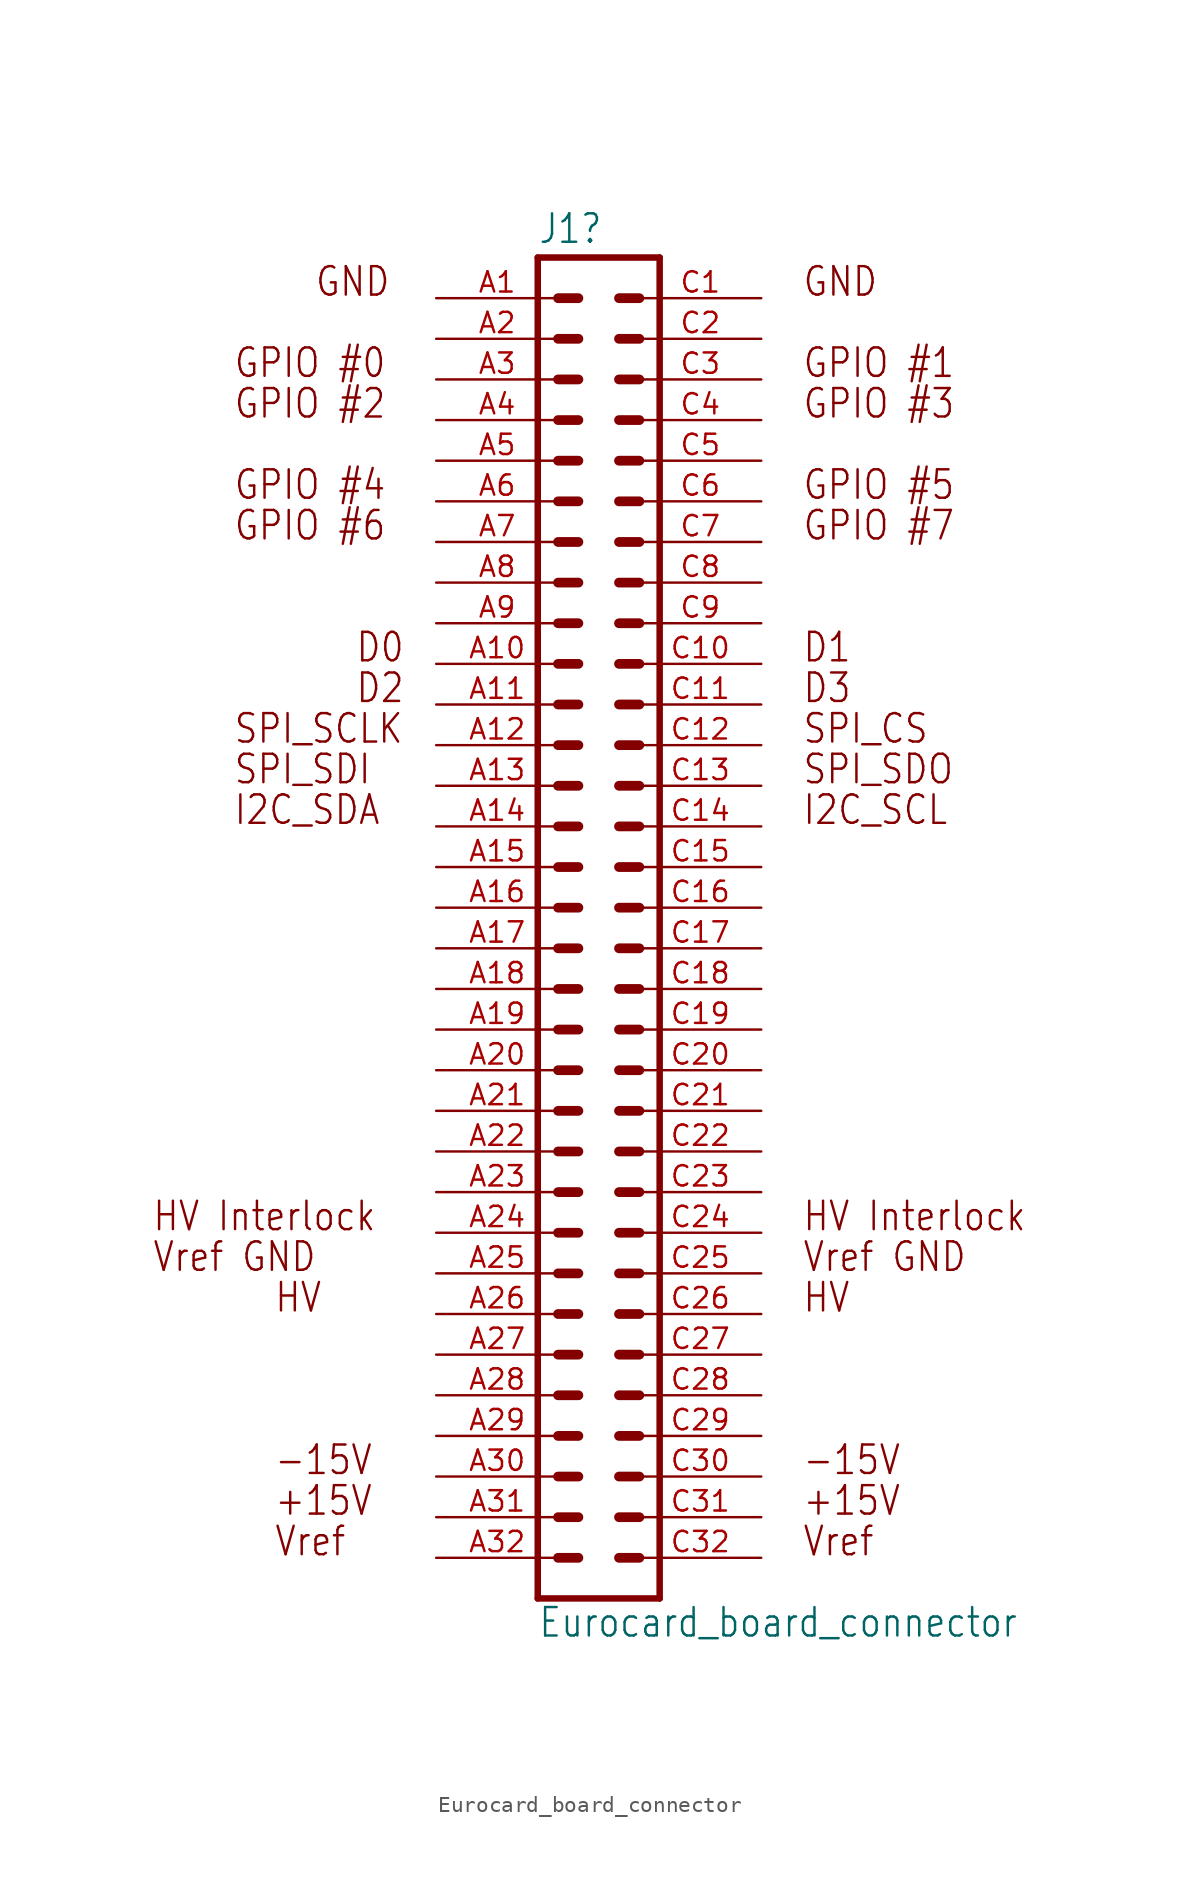
<source format=kicad_sym>
(kicad_symbol_lib
  (version 20211014)
  (generator kicad_symbol_editor)
  (symbol "Eurocard_board_connector"
    (property "Reference" "J1"
      (at -3.81 41.402 0)
      (effects (font (size 1.778 1.511)) (justify left bottom)))
    (property "Value" "Eurocard_board_connector"
      (at -3.81 -45.72 0)
      (effects (font (size 1.778 1.511)) (justify left bottom)))
    (property "ki_locked" ""
      (at 0 0 0)
      (effects (font (size 1.27 1.27))))
    (symbol "Eurocard_board_connector_1_0"
      (polyline (pts (xy -3.81 40.64) (xy -3.81 -43.18)) (stroke (width 0.406) (type default) (color 0 0 0 0)) (fill (type none)))
      (polyline (pts (xy -3.81 40.64) (xy 3.81 40.64)) (stroke (width 0.406) (type default) (color 0 0 0 0)) (fill (type none)))
      (polyline (pts (xy -2.54 -40.64) (xy -1.27 -40.64)) (stroke (width 0.61) (type default) (color 0 0 0 0)) (fill (type none)))
      (polyline (pts (xy -2.54 -38.1) (xy -1.27 -38.1)) (stroke (width 0.61) (type default) (color 0 0 0 0)) (fill (type none)))
      (polyline (pts (xy -2.54 -35.56) (xy -1.27 -35.56)) (stroke (width 0.61) (type default) (color 0 0 0 0)) (fill (type none)))
      (polyline (pts (xy -2.54 -33.02) (xy -1.27 -33.02)) (stroke (width 0.61) (type default) (color 0 0 0 0)) (fill (type none)))
      (polyline (pts (xy -2.54 -30.48) (xy -1.27 -30.48)) (stroke (width 0.61) (type default) (color 0 0 0 0)) (fill (type none)))
      (polyline (pts (xy -2.54 -27.94) (xy -1.27 -27.94)) (stroke (width 0.61) (type default) (color 0 0 0 0)) (fill (type none)))
      (polyline (pts (xy -2.54 -25.4) (xy -1.27 -25.4)) (stroke (width 0.61) (type default) (color 0 0 0 0)) (fill (type none)))
      (polyline (pts (xy -2.54 -22.86) (xy -1.27 -22.86)) (stroke (width 0.61) (type default) (color 0 0 0 0)) (fill (type none)))
      (polyline (pts (xy -2.54 -20.32) (xy -1.27 -20.32)) (stroke (width 0.61) (type default) (color 0 0 0 0)) (fill (type none)))
      (polyline (pts (xy -2.54 -17.78) (xy -1.27 -17.78)) (stroke (width 0.61) (type default) (color 0 0 0 0)) (fill (type none)))
      (polyline (pts (xy -2.54 -15.24) (xy -1.27 -15.24)) (stroke (width 0.61) (type default) (color 0 0 0 0)) (fill (type none)))
      (polyline (pts (xy -2.54 -12.7) (xy -1.27 -12.7)) (stroke (width 0.61) (type default) (color 0 0 0 0)) (fill (type none)))
      (polyline (pts (xy -2.54 -10.16) (xy -1.27 -10.16)) (stroke (width 0.61) (type default) (color 0 0 0 0)) (fill (type none)))
      (polyline (pts (xy -2.54 -7.62) (xy -1.27 -7.62)) (stroke (width 0.61) (type default) (color 0 0 0 0)) (fill (type none)))
      (polyline (pts (xy -2.54 -5.08) (xy -1.27 -5.08)) (stroke (width 0.61) (type default) (color 0 0 0 0)) (fill (type none)))
      (polyline (pts (xy -2.54 -2.54) (xy -1.27 -2.54)) (stroke (width 0.61) (type default) (color 0 0 0 0)) (fill (type none)))
      (polyline (pts (xy -2.54 0) (xy -1.27 0)) (stroke (width 0.61) (type default) (color 0 0 0 0)) (fill (type none)))
      (polyline (pts (xy -2.54 2.54) (xy -1.27 2.54)) (stroke (width 0.61) (type default) (color 0 0 0 0)) (fill (type none)))
      (polyline (pts (xy -2.54 5.08) (xy -1.27 5.08)) (stroke (width 0.61) (type default) (color 0 0 0 0)) (fill (type none)))
      (polyline (pts (xy -2.54 7.62) (xy -1.27 7.62)) (stroke (width 0.61) (type default) (color 0 0 0 0)) (fill (type none)))
      (polyline (pts (xy -2.54 10.16) (xy -1.27 10.16)) (stroke (width 0.61) (type default) (color 0 0 0 0)) (fill (type none)))
      (polyline (pts (xy -2.54 12.7) (xy -1.27 12.7)) (stroke (width 0.61) (type default) (color 0 0 0 0)) (fill (type none)))
      (polyline (pts (xy -2.54 15.24) (xy -1.27 15.24)) (stroke (width 0.61) (type default) (color 0 0 0 0)) (fill (type none)))
      (polyline (pts (xy -2.54 17.78) (xy -1.27 17.78)) (stroke (width 0.61) (type default) (color 0 0 0 0)) (fill (type none)))
      (polyline (pts (xy -2.54 20.32) (xy -1.27 20.32)) (stroke (width 0.61) (type default) (color 0 0 0 0)) (fill (type none)))
      (polyline (pts (xy -2.54 22.86) (xy -1.27 22.86)) (stroke (width 0.61) (type default) (color 0 0 0 0)) (fill (type none)))
      (polyline (pts (xy -2.54 25.4) (xy -1.27 25.4)) (stroke (width 0.61) (type default) (color 0 0 0 0)) (fill (type none)))
      (polyline (pts (xy -2.54 27.94) (xy -1.27 27.94)) (stroke (width 0.61) (type default) (color 0 0 0 0)) (fill (type none)))
      (polyline (pts (xy -2.54 30.48) (xy -1.27 30.48)) (stroke (width 0.61) (type default) (color 0 0 0 0)) (fill (type none)))
      (polyline (pts (xy -2.54 33.02) (xy -1.27 33.02)) (stroke (width 0.61) (type default) (color 0 0 0 0)) (fill (type none)))
      (polyline (pts (xy -2.54 35.56) (xy -1.27 35.56)) (stroke (width 0.61) (type default) (color 0 0 0 0)) (fill (type none)))
      (polyline (pts (xy -2.54 38.1) (xy -1.27 38.1)) (stroke (width 0.61) (type default) (color 0 0 0 0)) (fill (type none)))
      (polyline (pts (xy 1.27 -40.64) (xy 2.54 -40.64)) (stroke (width 0.61) (type default) (color 0 0 0 0)) (fill (type none)))
      (polyline (pts (xy 1.27 -38.1) (xy 2.54 -38.1)) (stroke (width 0.61) (type default) (color 0 0 0 0)) (fill (type none)))
      (polyline (pts (xy 1.27 -35.56) (xy 2.54 -35.56)) (stroke (width 0.61) (type default) (color 0 0 0 0)) (fill (type none)))
      (polyline (pts (xy 1.27 -33.02) (xy 2.54 -33.02)) (stroke (width 0.61) (type default) (color 0 0 0 0)) (fill (type none)))
      (polyline (pts (xy 1.27 -30.48) (xy 2.54 -30.48)) (stroke (width 0.61) (type default) (color 0 0 0 0)) (fill (type none)))
      (polyline (pts (xy 1.27 -27.94) (xy 2.54 -27.94)) (stroke (width 0.61) (type default) (color 0 0 0 0)) (fill (type none)))
      (polyline (pts (xy 1.27 -25.4) (xy 2.54 -25.4)) (stroke (width 0.61) (type default) (color 0 0 0 0)) (fill (type none)))
      (polyline (pts (xy 1.27 -22.86) (xy 2.54 -22.86)) (stroke (width 0.61) (type default) (color 0 0 0 0)) (fill (type none)))
      (polyline (pts (xy 1.27 -20.32) (xy 2.54 -20.32)) (stroke (width 0.61) (type default) (color 0 0 0 0)) (fill (type none)))
      (polyline (pts (xy 1.27 -17.78) (xy 2.54 -17.78)) (stroke (width 0.61) (type default) (color 0 0 0 0)) (fill (type none)))
      (polyline (pts (xy 1.27 -15.24) (xy 2.54 -15.24)) (stroke (width 0.61) (type default) (color 0 0 0 0)) (fill (type none)))
      (polyline (pts (xy 1.27 -12.7) (xy 2.54 -12.7)) (stroke (width 0.61) (type default) (color 0 0 0 0)) (fill (type none)))
      (polyline (pts (xy 1.27 -10.16) (xy 2.54 -10.16)) (stroke (width 0.61) (type default) (color 0 0 0 0)) (fill (type none)))
      (polyline (pts (xy 1.27 -7.62) (xy 2.54 -7.62)) (stroke (width 0.61) (type default) (color 0 0 0 0)) (fill (type none)))
      (polyline (pts (xy 1.27 -5.08) (xy 2.54 -5.08)) (stroke (width 0.61) (type default) (color 0 0 0 0)) (fill (type none)))
      (polyline (pts (xy 1.27 -2.54) (xy 2.54 -2.54)) (stroke (width 0.61) (type default) (color 0 0 0 0)) (fill (type none)))
      (polyline (pts (xy 1.27 0) (xy 2.54 0)) (stroke (width 0.61) (type default) (color 0 0 0 0)) (fill (type none)))
      (polyline (pts (xy 1.27 2.54) (xy 2.54 2.54)) (stroke (width 0.61) (type default) (color 0 0 0 0)) (fill (type none)))
      (polyline (pts (xy 1.27 5.08) (xy 2.54 5.08)) (stroke (width 0.61) (type default) (color 0 0 0 0)) (fill (type none)))
      (polyline (pts (xy 1.27 7.62) (xy 2.54 7.62)) (stroke (width 0.61) (type default) (color 0 0 0 0)) (fill (type none)))
      (polyline (pts (xy 1.27 10.16) (xy 2.54 10.16)) (stroke (width 0.61) (type default) (color 0 0 0 0)) (fill (type none)))
      (polyline (pts (xy 1.27 12.7) (xy 2.54 12.7)) (stroke (width 0.61) (type default) (color 0 0 0 0)) (fill (type none)))
      (polyline (pts (xy 1.27 15.24) (xy 2.54 15.24)) (stroke (width 0.61) (type default) (color 0 0 0 0)) (fill (type none)))
      (polyline (pts (xy 1.27 17.78) (xy 2.54 17.78)) (stroke (width 0.61) (type default) (color 0 0 0 0)) (fill (type none)))
      (polyline (pts (xy 1.27 20.32) (xy 2.54 20.32)) (stroke (width 0.61) (type default) (color 0 0 0 0)) (fill (type none)))
      (polyline (pts (xy 1.27 22.86) (xy 2.54 22.86)) (stroke (width 0.61) (type default) (color 0 0 0 0)) (fill (type none)))
      (polyline (pts (xy 1.27 25.4) (xy 2.54 25.4)) (stroke (width 0.61) (type default) (color 0 0 0 0)) (fill (type none)))
      (polyline (pts (xy 1.27 27.94) (xy 2.54 27.94)) (stroke (width 0.61) (type default) (color 0 0 0 0)) (fill (type none)))
      (polyline (pts (xy 1.27 30.48) (xy 2.54 30.48)) (stroke (width 0.61) (type default) (color 0 0 0 0)) (fill (type none)))
      (polyline (pts (xy 1.27 33.02) (xy 2.54 33.02)) (stroke (width 0.61) (type default) (color 0 0 0 0)) (fill (type none)))
      (polyline (pts (xy 1.27 35.56) (xy 2.54 35.56)) (stroke (width 0.61) (type default) (color 0 0 0 0)) (fill (type none)))
      (polyline (pts (xy 1.27 38.1) (xy 2.54 38.1)) (stroke (width 0.61) (type default) (color 0 0 0 0)) (fill (type none)))
      (polyline (pts (xy 3.81 -43.18) (xy -3.81 -43.18)) (stroke (width 0.406) (type default) (color 0 0 0 0)) (fill (type none)))
      (polyline (pts (xy 3.81 -43.18) (xy 3.81 40.64)) (stroke (width 0.406) (type default) (color 0 0 0 0)) (fill (type none)))
      (text "+15V" (at -20.32 -38.1 0) (effects (font (size 1.778 1.511)) (justify left bottom)))
      (text "+15V" (at 12.7 -38.1 0) (effects (font (size 1.778 1.511)) (justify left bottom)))
      (text "-15V" (at -20.32 -35.56 0) (effects (font (size 1.778 1.511)) (justify left bottom)))
      (text "-15V" (at 12.7 -35.56 0) (effects (font (size 1.778 1.511)) (justify left bottom)))
      (text "D0" (at -15.24 15.24 0) (effects (font (size 1.778 1.511)) (justify left bottom)))
      (text "D1" (at 12.7 15.24 0) (effects (font (size 1.778 1.511)) (justify left bottom)))
      (text "D2" (at -15.24 12.7 0) (effects (font (size 1.778 1.511)) (justify left bottom)))
      (text "D3" (at 12.7 12.7 0) (effects (font (size 1.778 1.511)) (justify left bottom)))
      (text "GND" (at -17.78 38.1 0) (effects (font (size 1.778 1.511)) (justify left bottom)))
      (text "GND" (at 12.7 38.1 0) (effects (font (size 1.778 1.511)) (justify left bottom)))
      (text "GPIO #0" (at -22.86 33.02 0) (effects (font (size 1.778 1.511)) (justify left bottom)))
      (text "GPIO #1" (at 12.7 33.02 0) (effects (font (size 1.778 1.511)) (justify left bottom)))
      (text "GPIO #2" (at -22.86 30.48 0) (effects (font (size 1.778 1.511)) (justify left bottom)))
      (text "GPIO #3" (at 12.7 30.48 0) (effects (font (size 1.778 1.511)) (justify left bottom)))
      (text "GPIO #4" (at -22.86 25.4 0) (effects (font (size 1.778 1.511)) (justify left bottom)))
      (text "GPIO #5" (at 12.7 25.4 0) (effects (font (size 1.778 1.511)) (justify left bottom)))
      (text "GPIO #6" (at -22.86 22.86 0) (effects (font (size 1.778 1.511)) (justify left bottom)))
      (text "GPIO #7" (at 12.7 22.86 0) (effects (font (size 1.778 1.511)) (justify left bottom)))
      (text "HV" (at -20.32 -25.4 0) (effects (font (size 1.778 1.511)) (justify left bottom)))
      (text "HV" (at 12.7 -25.4 0) (effects (font (size 1.778 1.511)) (justify left bottom)))
      (text "HV Interlock" (at -27.94 -20.32 0) (effects (font (size 1.778 1.511)) (justify left bottom)))
      (text "HV Interlock" (at 12.7 -20.32 0) (effects (font (size 1.778 1.511)) (justify left bottom)))
      (text "I2C_SCL" (at 12.7 5.08 0) (effects (font (size 1.778 1.511)) (justify left bottom)))
      (text "I2C_SDA" (at -22.86 5.08 0) (effects (font (size 1.778 1.511)) (justify left bottom)))
      (text "SPI_CS" (at 12.7 10.16 0) (effects (font (size 1.778 1.511)) (justify left bottom)))
      (text "SPI_SCLK" (at -22.86 10.16 0) (effects (font (size 1.778 1.511)) (justify left bottom)))
      (text "SPI_SDI" (at -22.86 7.62 0) (effects (font (size 1.778 1.511)) (justify left bottom)))
      (text "SPI_SDO" (at 12.7 7.62 0) (effects (font (size 1.778 1.511)) (justify left bottom)))
      (text "Vref" (at -20.32 -40.64 0) (effects (font (size 1.778 1.511)) (justify left bottom)))
      (text "Vref" (at 12.7 -40.64 0) (effects (font (size 1.778 1.511)) (justify left bottom)))
      (text "Vref GND" (at -27.94 -22.86 0) (effects (font (size 1.778 1.511)) (justify left bottom)))
      (text "Vref GND" (at 12.7 -22.86 0) (effects (font (size 1.778 1.511)) (justify left bottom)))
      (pin passive line (at -10.16 38.1 0) (length 7.62) (name "A1" (effects (font (size 0 0)))) (number "A1" (effects (font (size 1.27 1.27)))))
      (pin passive line (at -10.16 15.24 0) (length 7.62) (name "A10" (effects (font (size 0 0)))) (number "A10" (effects (font (size 1.27 1.27)))))
      (pin passive line (at -10.16 12.7 0) (length 7.62) (name "A11" (effects (font (size 0 0)))) (number "A11" (effects (font (size 1.27 1.27)))))
      (pin passive line (at -10.16 10.16 0) (length 7.62) (name "A12" (effects (font (size 0 0)))) (number "A12" (effects (font (size 1.27 1.27)))))
      (pin passive line (at -10.16 7.62 0) (length 7.62) (name "A13" (effects (font (size 0 0)))) (number "A13" (effects (font (size 1.27 1.27)))))
      (pin passive line (at -10.16 5.08 0) (length 7.62) (name "A14" (effects (font (size 0 0)))) (number "A14" (effects (font (size 1.27 1.27)))))
      (pin passive line (at -10.16 2.54 0) (length 7.62) (name "A15" (effects (font (size 0 0)))) (number "A15" (effects (font (size 1.27 1.27)))))
      (pin passive line (at -10.16 0 0) (length 7.62) (name "A16" (effects (font (size 0 0)))) (number "A16" (effects (font (size 1.27 1.27)))))
      (pin passive line (at -10.16 -2.54 0) (length 7.62) (name "A17" (effects (font (size 0 0)))) (number "A17" (effects (font (size 1.27 1.27)))))
      (pin passive line (at -10.16 -5.08 0) (length 7.62) (name "A18" (effects (font (size 0 0)))) (number "A18" (effects (font (size 1.27 1.27)))))
      (pin passive line (at -10.16 -7.62 0) (length 7.62) (name "A19" (effects (font (size 0 0)))) (number "A19" (effects (font (size 1.27 1.27)))))
      (pin passive line (at -10.16 35.56 0) (length 7.62) (name "A2" (effects (font (size 0 0)))) (number "A2" (effects (font (size 1.27 1.27)))))
      (pin passive line (at -10.16 -10.16 0) (length 7.62) (name "A20" (effects (font (size 0 0)))) (number "A20" (effects (font (size 1.27 1.27)))))
      (pin passive line (at -10.16 -12.7 0) (length 7.62) (name "A21" (effects (font (size 0 0)))) (number "A21" (effects (font (size 1.27 1.27)))))
      (pin passive line (at -10.16 -15.24 0) (length 7.62) (name "A22" (effects (font (size 0 0)))) (number "A22" (effects (font (size 1.27 1.27)))))
      (pin passive line (at -10.16 -17.78 0) (length 7.62) (name "A23" (effects (font (size 0 0)))) (number "A23" (effects (font (size 1.27 1.27)))))
      (pin passive line (at -10.16 -20.32 0) (length 7.62) (name "A24" (effects (font (size 0 0)))) (number "A24" (effects (font (size 1.27 1.27)))))
      (pin passive line (at -10.16 -22.86 0) (length 7.62) (name "A25" (effects (font (size 0 0)))) (number "A25" (effects (font (size 1.27 1.27)))))
      (pin passive line (at -10.16 -25.4 0) (length 7.62) (name "A26" (effects (font (size 0 0)))) (number "A26" (effects (font (size 1.27 1.27)))))
      (pin passive line (at -10.16 -27.94 0) (length 7.62) (name "A27" (effects (font (size 0 0)))) (number "A27" (effects (font (size 1.27 1.27)))))
      (pin passive line (at -10.16 -30.48 0) (length 7.62) (name "A28" (effects (font (size 0 0)))) (number "A28" (effects (font (size 1.27 1.27)))))
      (pin passive line (at -10.16 -33.02 0) (length 7.62) (name "A29" (effects (font (size 0 0)))) (number "A29" (effects (font (size 1.27 1.27)))))
      (pin passive line (at -10.16 33.02 0) (length 7.62) (name "A3" (effects (font (size 0 0)))) (number "A3" (effects (font (size 1.27 1.27)))))
      (pin passive line (at -10.16 -35.56 0) (length 7.62) (name "A30" (effects (font (size 0 0)))) (number "A30" (effects (font (size 1.27 1.27)))))
      (pin passive line (at -10.16 -38.1 0) (length 7.62) (name "A31" (effects (font (size 0 0)))) (number "A31" (effects (font (size 1.27 1.27)))))
      (pin passive line (at -10.16 -40.64 0) (length 7.62) (name "A32" (effects (font (size 0 0)))) (number "A32" (effects (font (size 1.27 1.27)))))
      (pin passive line (at -10.16 30.48 0) (length 7.62) (name "A4" (effects (font (size 0 0)))) (number "A4" (effects (font (size 1.27 1.27)))))
      (pin passive line (at -10.16 27.94 0) (length 7.62) (name "A5" (effects (font (size 0 0)))) (number "A5" (effects (font (size 1.27 1.27)))))
      (pin passive line (at -10.16 25.4 0) (length 7.62) (name "A6" (effects (font (size 0 0)))) (number "A6" (effects (font (size 1.27 1.27)))))
      (pin passive line (at -10.16 22.86 0) (length 7.62) (name "A7" (effects (font (size 0 0)))) (number "A7" (effects (font (size 1.27 1.27)))))
      (pin passive line (at -10.16 20.32 0) (length 7.62) (name "A8" (effects (font (size 0 0)))) (number "A8" (effects (font (size 1.27 1.27)))))
      (pin passive line (at -10.16 17.78 0) (length 7.62) (name "A9" (effects (font (size 0 0)))) (number "A9" (effects (font (size 1.27 1.27)))))
      (pin passive line (at 10.16 38.1 180) (length 7.62) (name "C1" (effects (font (size 0 0)))) (number "C1" (effects (font (size 1.27 1.27)))))
      (pin passive line (at 10.16 15.24 180) (length 7.62) (name "C10" (effects (font (size 0 0)))) (number "C10" (effects (font (size 1.27 1.27)))))
      (pin passive line (at 10.16 12.7 180) (length 7.62) (name "C11" (effects (font (size 0 0)))) (number "C11" (effects (font (size 1.27 1.27)))))
      (pin passive line (at 10.16 10.16 180) (length 7.62) (name "C12" (effects (font (size 0 0)))) (number "C12" (effects (font (size 1.27 1.27)))))
      (pin passive line (at 10.16 7.62 180) (length 7.62) (name "C13" (effects (font (size 0 0)))) (number "C13" (effects (font (size 1.27 1.27)))))
      (pin passive line (at 10.16 5.08 180) (length 7.62) (name "C14" (effects (font (size 0 0)))) (number "C14" (effects (font (size 1.27 1.27)))))
      (pin passive line (at 10.16 2.54 180) (length 7.62) (name "C15" (effects (font (size 0 0)))) (number "C15" (effects (font (size 1.27 1.27)))))
      (pin passive line (at 10.16 0 180) (length 7.62) (name "C16" (effects (font (size 0 0)))) (number "C16" (effects (font (size 1.27 1.27)))))
      (pin passive line (at 10.16 -2.54 180) (length 7.62) (name "C17" (effects (font (size 0 0)))) (number "C17" (effects (font (size 1.27 1.27)))))
      (pin passive line (at 10.16 -5.08 180) (length 7.62) (name "C18" (effects (font (size 0 0)))) (number "C18" (effects (font (size 1.27 1.27)))))
      (pin passive line (at 10.16 -7.62 180) (length 7.62) (name "C19" (effects (font (size 0 0)))) (number "C19" (effects (font (size 1.27 1.27)))))
      (pin passive line (at 10.16 35.56 180) (length 7.62) (name "C2" (effects (font (size 0 0)))) (number "C2" (effects (font (size 1.27 1.27)))))
      (pin passive line (at 10.16 -10.16 180) (length 7.62) (name "C20" (effects (font (size 0 0)))) (number "C20" (effects (font (size 1.27 1.27)))))
      (pin passive line (at 10.16 -12.7 180) (length 7.62) (name "C21" (effects (font (size 0 0)))) (number "C21" (effects (font (size 1.27 1.27)))))
      (pin passive line (at 10.16 -15.24 180) (length 7.62) (name "C22" (effects (font (size 0 0)))) (number "C22" (effects (font (size 1.27 1.27)))))
      (pin passive line (at 10.16 -17.78 180) (length 7.62) (name "C23" (effects (font (size 0 0)))) (number "C23" (effects (font (size 1.27 1.27)))))
      (pin passive line (at 10.16 -20.32 180) (length 7.62) (name "C24" (effects (font (size 0 0)))) (number "C24" (effects (font (size 1.27 1.27)))))
      (pin passive line (at 10.16 -22.86 180) (length 7.62) (name "C25" (effects (font (size 0 0)))) (number "C25" (effects (font (size 1.27 1.27)))))
      (pin passive line (at 10.16 -25.4 180) (length 7.62) (name "C26" (effects (font (size 0 0)))) (number "C26" (effects (font (size 1.27 1.27)))))
      (pin passive line (at 10.16 -27.94 180) (length 7.62) (name "C27" (effects (font (size 0 0)))) (number "C27" (effects (font (size 1.27 1.27)))))
      (pin passive line (at 10.16 -30.48 180) (length 7.62) (name "C28" (effects (font (size 0 0)))) (number "C28" (effects (font (size 1.27 1.27)))))
      (pin passive line (at 10.16 -33.02 180) (length 7.62) (name "C29" (effects (font (size 0 0)))) (number "C29" (effects (font (size 1.27 1.27)))))
      (pin passive line (at 10.16 33.02 180) (length 7.62) (name "C3" (effects (font (size 0 0)))) (number "C3" (effects (font (size 1.27 1.27)))))
      (pin passive line (at 10.16 -35.56 180) (length 7.62) (name "C30" (effects (font (size 0 0)))) (number "C30" (effects (font (size 1.27 1.27)))))
      (pin passive line (at 10.16 -38.1 180) (length 7.62) (name "C31" (effects (font (size 0 0)))) (number "C31" (effects (font (size 1.27 1.27)))))
      (pin passive line (at 10.16 -40.64 180) (length 7.62) (name "C32" (effects (font (size 0 0)))) (number "C32" (effects (font (size 1.27 1.27)))))
      (pin passive line (at 10.16 30.48 180) (length 7.62) (name "C4" (effects (font (size 0 0)))) (number "C4" (effects (font (size 1.27 1.27)))))
      (pin passive line (at 10.16 27.94 180) (length 7.62) (name "C5" (effects (font (size 0 0)))) (number "C5" (effects (font (size 1.27 1.27)))))
      (pin passive line (at 10.16 25.4 180) (length 7.62) (name "C6" (effects (font (size 0 0)))) (number "C6" (effects (font (size 1.27 1.27)))))
      (pin passive line (at 10.16 22.86 180) (length 7.62) (name "C7" (effects (font (size 0 0)))) (number "C7" (effects (font (size 1.27 1.27)))))
      (pin passive line (at 10.16 20.32 180) (length 7.62) (name "C8" (effects (font (size 0 0)))) (number "C8" (effects (font (size 1.27 1.27)))))
      (pin passive line (at 10.16 17.78 180) (length 7.62) (name "C9" (effects (font (size 0 0)))) (number "C9" (effects (font (size 1.27 1.27))))))))
</source>
